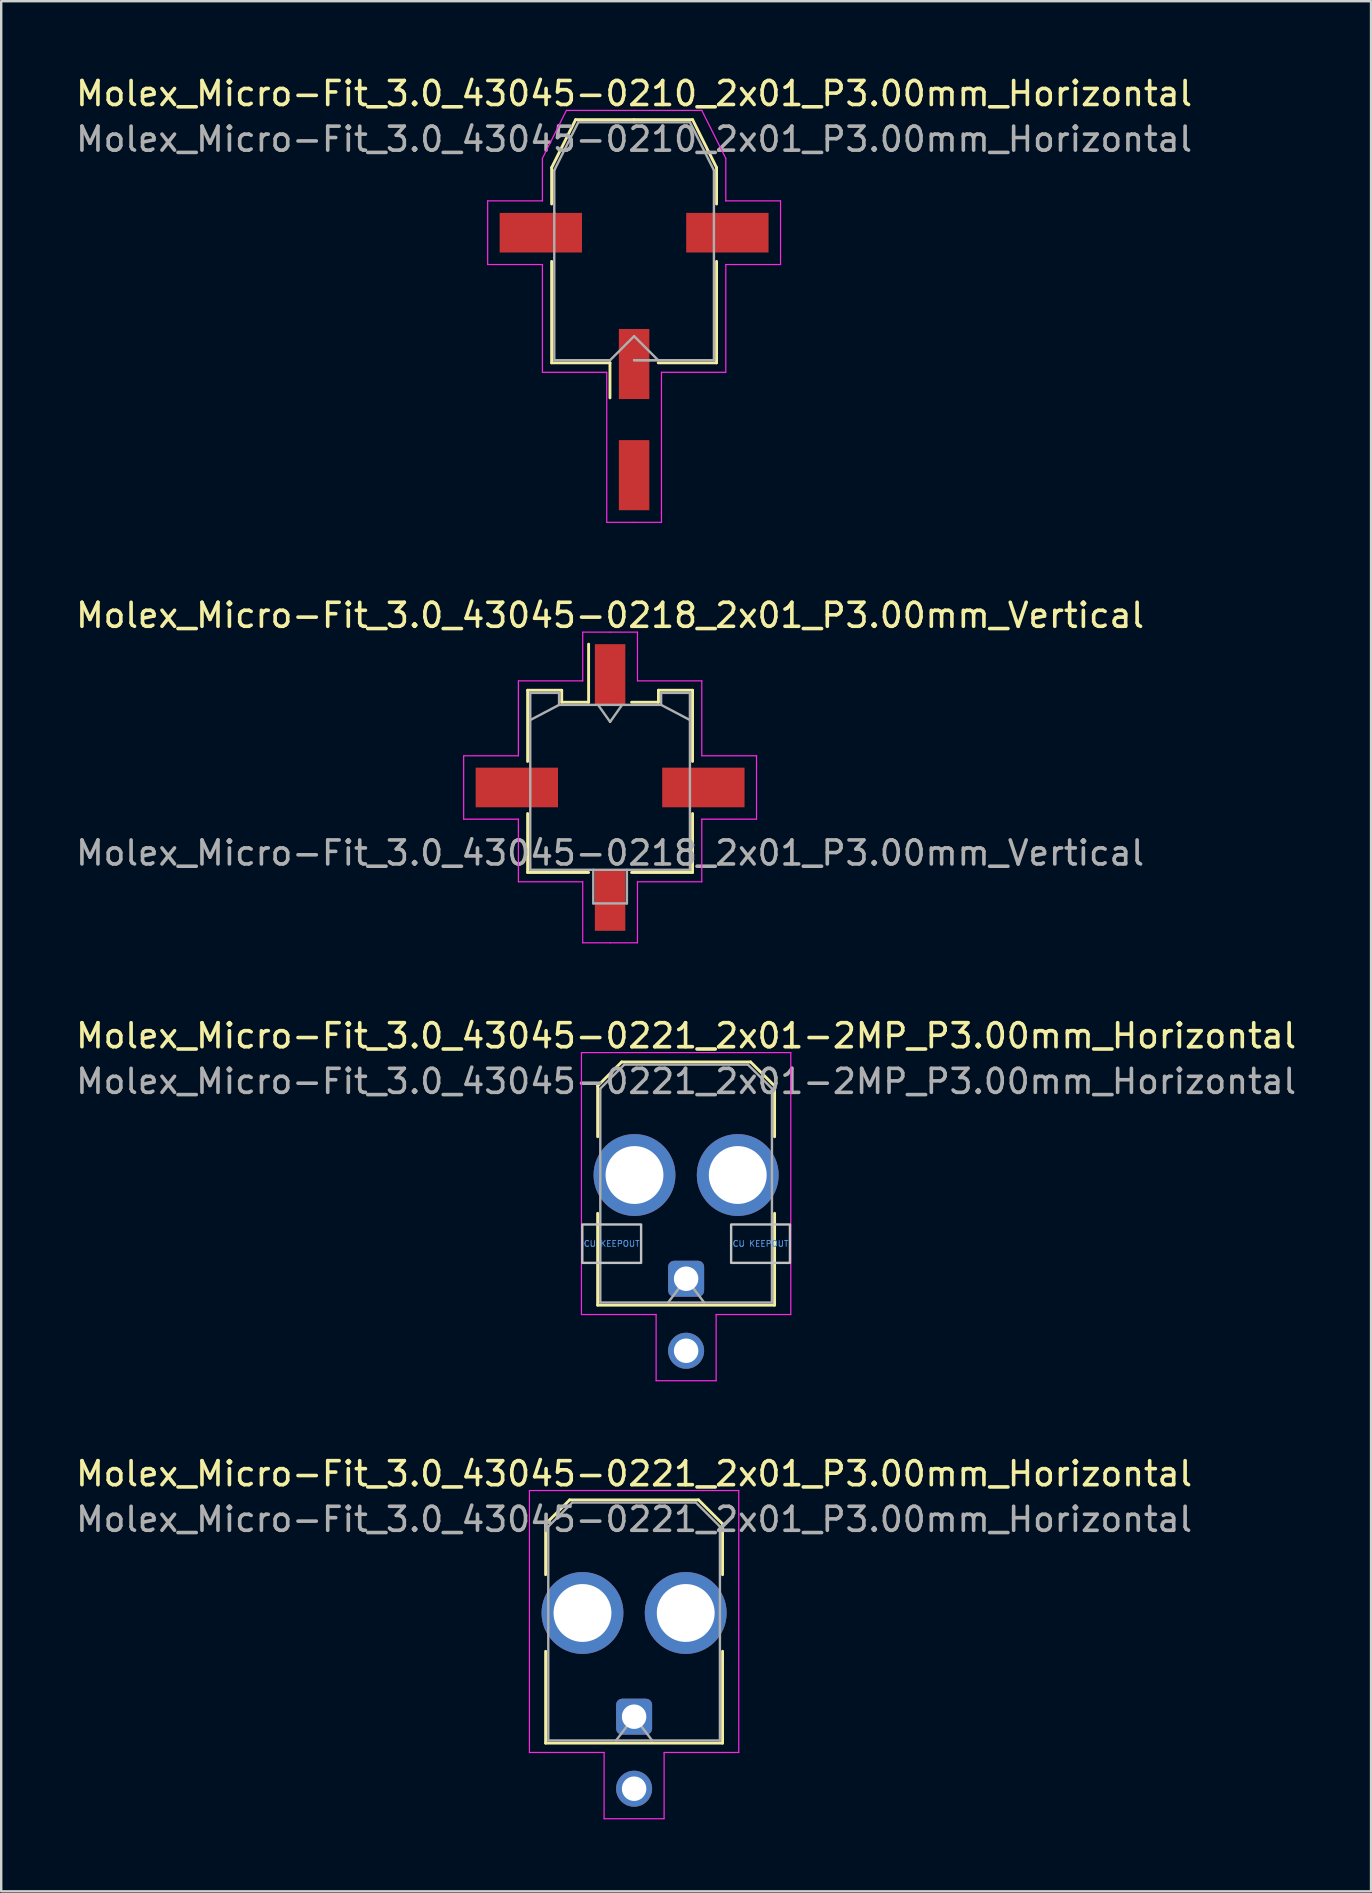
<source format=kicad_pcb>
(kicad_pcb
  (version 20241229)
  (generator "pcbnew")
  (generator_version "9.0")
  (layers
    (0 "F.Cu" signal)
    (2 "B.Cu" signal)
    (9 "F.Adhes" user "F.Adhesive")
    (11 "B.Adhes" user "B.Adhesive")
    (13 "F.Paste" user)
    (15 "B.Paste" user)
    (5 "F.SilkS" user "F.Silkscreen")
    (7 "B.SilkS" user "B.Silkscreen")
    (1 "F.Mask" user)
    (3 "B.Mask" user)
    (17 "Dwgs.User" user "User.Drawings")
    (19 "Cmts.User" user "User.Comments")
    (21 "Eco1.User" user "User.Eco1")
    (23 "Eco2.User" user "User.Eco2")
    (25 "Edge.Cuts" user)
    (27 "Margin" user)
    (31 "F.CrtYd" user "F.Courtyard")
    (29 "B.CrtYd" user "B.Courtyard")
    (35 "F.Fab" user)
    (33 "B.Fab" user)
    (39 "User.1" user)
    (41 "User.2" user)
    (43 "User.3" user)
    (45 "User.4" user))
  (footprint "Molex_Micro-Fit_3.0_43045-0221_2x01_P3.00mm_Horizontal"
    (layer "F.Cu")
    (at 23.363 68.458)
    (property "Reference" "Molex_Micro-Fit_3.0_43045-0221_2x01_P3.00mm_Horizontal" (at 0 -10.12 0) (layer "F.SilkS") (effects (font (size 1 1) (thickness 0.15))))
    (attr through_hole)
    (fp_line (start -3.685 -8.03) (end -2.685 -9.03) (stroke (width 0.12) (type solid)) (layer "F.SilkS"))
    (fp_line (start -3.685 -5.915) (end -3.685 -8.03) (stroke (width 0.12) (type solid)) (layer "F.SilkS"))
    (fp_line (start -3.685 -2.725) (end -3.685 1.1) (stroke (width 0.12) (type solid)) (layer "F.SilkS"))
    (fp_line (start -3.685 1.1) (end 3.685 1.1) (stroke (width 0.12) (type solid)) (layer "F.SilkS"))
    (fp_line (start -2.685 -9.03) (end 2.685 -9.03) (stroke (width 0.12) (type solid)) (layer "F.SilkS"))
    (fp_line (start 2.685 -9.03) (end 3.685 -8.03) (stroke (width 0.12) (type solid)) (layer "F.SilkS"))
    (fp_line (start 3.685 -8.03) (end 3.685 -5.915) (stroke (width 0.12) (type solid)) (layer "F.SilkS"))
    (fp_line (start 3.685 1.1) (end 3.685 -2.725) (stroke (width 0.12) (type solid)) (layer "F.SilkS"))
    (fp_line (start -4.36 -9.42) (end 4.36 -9.42) (stroke (width 0.05) (type solid)) (layer "F.CrtYd"))
    (fp_line (start -4.36 1.49) (end -4.36 -9.42) (stroke (width 0.05) (type solid)) (layer "F.CrtYd"))
    (fp_line (start -1.25 1.49) (end -4.36 1.49) (stroke (width 0.05) (type solid)) (layer "F.CrtYd"))
    (fp_line (start -1.25 4.25) (end -1.25 1.49) (stroke (width 0.05) (type solid)) (layer "F.CrtYd"))
    (fp_line (start 1.25 1.49) (end 1.25 4.25) (stroke (width 0.05) (type solid)) (layer "F.CrtYd"))
    (fp_line (start 1.25 4.25) (end -1.25 4.25) (stroke (width 0.05) (type solid)) (layer "F.CrtYd"))
    (fp_line (start 4.36 -9.42) (end 4.36 1.49) (stroke (width 0.05) (type solid)) (layer "F.CrtYd"))
    (fp_line (start 4.36 1.49) (end 1.25 1.49) (stroke (width 0.05) (type solid)) (layer "F.CrtYd"))
    (fp_line (start -3.575 -7.92) (end -2.575 -8.92) (stroke (width 0.1) (type solid)) (layer "F.Fab"))
    (fp_line (start -3.575 0.99) (end -3.575 -7.92) (stroke (width 0.1) (type solid)) (layer "F.Fab"))
    (fp_line (start -2.575 -8.92) (end 2.575 -8.92) (stroke (width 0.1) (type solid)) (layer "F.Fab"))
    (fp_line (start -0.75 0.99) (end 0 0) (stroke (width 0.1) (type solid)) (layer "F.Fab"))
    (fp_line (start 0 0) (end 0.75 0.99) (stroke (width 0.1) (type solid)) (layer "F.Fab"))
    (fp_line (start 2.575 -8.92) (end 3.575 -7.92) (stroke (width 0.1) (type solid)) (layer "F.Fab"))
    (fp_line (start 3.575 -7.92) (end 3.575 0.99) (stroke (width 0.1) (type solid)) (layer "F.Fab"))
    (fp_line (start 3.575 0.99) (end -3.575 0.99) (stroke (width 0.1) (type solid)) (layer "F.Fab"))
    (fp_text user "${REFERENCE}" (at 0 -8.22 0) (layer "F.Fab") (effects (font (size 1 1) (thickness 0.15))))
    (pad "" thru_hole circle (at -2.15 -4.32) (size 3.41 3.41) (drill 2.41) (layers "*.Cu" "*.Mask"))
    (pad "" thru_hole circle (at 2.15 -4.32) (size 3.41 3.41) (drill 2.41) (layers "*.Cu" "*.Mask"))
    (pad "1" thru_hole roundrect (at 0 0) (size 1.5 1.5) (drill 1.02) (layers "*.Cu" "*.Mask") (roundrect_rratio 0.167))
    (pad "2" thru_hole circle (at 0 3) (size 1.5 1.5) (drill 1.02) (layers "*.Cu" "*.Mask")))
  (footprint "Molex_Micro-Fit_3.0_43045-0218_2x01_P3.00mm_Vertical"
    (layer "F.Cu")
    (at 22.363 29.752)
    (property "Reference" "Molex_Micro-Fit_3.0_43045-0218_2x01_P3.00mm_Vertical" (at 0 -7.17 0) (layer "F.SilkS") (effects (font (size 1 1) (thickness 0.15))))
    (attr smd)
    (fp_line (start -3.435 -4.05) (end -2.015 -4.05) (stroke (width 0.12) (type solid)) (layer "F.SilkS"))
    (fp_line (start -3.435 -1.085) (end -3.435 -4.05) (stroke (width 0.12) (type solid)) (layer "F.SilkS"))
    (fp_line (start -3.435 1.085) (end -3.435 3.54) (stroke (width 0.12) (type solid)) (layer "F.SilkS"))
    (fp_line (start -3.435 3.54) (end -0.895 3.54) (stroke (width 0.12) (type solid)) (layer "F.SilkS"))
    (fp_line (start -2.015 -4.05) (end -2.015 -3.55) (stroke (width 0.12) (type solid)) (layer "F.SilkS"))
    (fp_line (start -2.015 -3.55) (end -0.895 -3.55) (stroke (width 0.12) (type solid)) (layer "F.SilkS"))
    (fp_line (start -0.895 -3.55) (end -0.895 -5.97) (stroke (width 0.12) (type solid)) (layer "F.SilkS"))
    (fp_line (start 2.015 -4.05) (end 2.015 -3.55) (stroke (width 0.12) (type solid)) (layer "F.SilkS"))
    (fp_line (start 2.015 -3.55) (end 0.895 -3.55) (stroke (width 0.12) (type solid)) (layer "F.SilkS"))
    (fp_line (start 3.435 -4.05) (end 2.015 -4.05) (stroke (width 0.12) (type solid)) (layer "F.SilkS"))
    (fp_line (start 3.435 -1.085) (end 3.435 -4.05) (stroke (width 0.12) (type solid)) (layer "F.SilkS"))
    (fp_line (start 3.435 1.085) (end 3.435 3.54) (stroke (width 0.12) (type solid)) (layer "F.SilkS"))
    (fp_line (start 3.435 3.54) (end 0.895 3.54) (stroke (width 0.12) (type solid)) (layer "F.SilkS"))
    (fp_line (start -6.1 -1.32) (end -6.1 1.32) (stroke (width 0.05) (type solid)) (layer "F.CrtYd"))
    (fp_line (start -6.1 1.32) (end -3.82 1.32) (stroke (width 0.05) (type solid)) (layer "F.CrtYd"))
    (fp_line (start -3.82 -4.44) (end -3.82 -1.32) (stroke (width 0.05) (type solid)) (layer "F.CrtYd"))
    (fp_line (start -3.82 -1.32) (end -6.1 -1.32) (stroke (width 0.05) (type solid)) (layer "F.CrtYd"))
    (fp_line (start -3.82 1.32) (end -3.82 3.93) (stroke (width 0.05) (type solid)) (layer "F.CrtYd"))
    (fp_line (start -3.82 3.93) (end -1.14 3.93) (stroke (width 0.05) (type solid)) (layer "F.CrtYd"))
    (fp_line (start -1.14 -6.47) (end -1.14 -4.44) (stroke (width 0.05) (type solid)) (layer "F.CrtYd"))
    (fp_line (start -1.14 -4.44) (end -3.82 -4.44) (stroke (width 0.05) (type solid)) (layer "F.CrtYd"))
    (fp_line (start -1.14 3.93) (end -1.14 6.47) (stroke (width 0.05) (type solid)) (layer "F.CrtYd"))
    (fp_line (start -1.14 6.47) (end 0 6.47) (stroke (width 0.05) (type solid)) (layer "F.CrtYd"))
    (fp_line (start 0 -6.47) (end -1.14 -6.47) (stroke (width 0.05) (type solid)) (layer "F.CrtYd"))
    (fp_line (start 0 -6.47) (end 1.14 -6.47) (stroke (width 0.05) (type solid)) (layer "F.CrtYd"))
    (fp_line (start 1.14 -6.47) (end 1.14 -4.44) (stroke (width 0.05) (type solid)) (layer "F.CrtYd"))
    (fp_line (start 1.14 -4.44) (end 3.82 -4.44) (stroke (width 0.05) (type solid)) (layer "F.CrtYd"))
    (fp_line (start 1.14 3.93) (end 1.14 6.47) (stroke (width 0.05) (type solid)) (layer "F.CrtYd"))
    (fp_line (start 1.14 6.47) (end 0 6.47) (stroke (width 0.05) (type solid)) (layer "F.CrtYd"))
    (fp_line (start 3.82 -4.44) (end 3.82 -1.32) (stroke (width 0.05) (type solid)) (layer "F.CrtYd"))
    (fp_line (start 3.82 -1.32) (end 6.1 -1.32) (stroke (width 0.05) (type solid)) (layer "F.CrtYd"))
    (fp_line (start 3.82 1.32) (end 3.82 3.93) (stroke (width 0.05) (type solid)) (layer "F.CrtYd"))
    (fp_line (start 3.82 3.93) (end 1.14 3.93) (stroke (width 0.05) (type solid)) (layer "F.CrtYd"))
    (fp_line (start 6.1 -1.32) (end 6.1 1.32) (stroke (width 0.05) (type solid)) (layer "F.CrtYd"))
    (fp_line (start 6.1 1.32) (end 3.82 1.32) (stroke (width 0.05) (type solid)) (layer "F.CrtYd"))
    (fp_line (start -3.325 -3.94) (end -3.325 3.43) (stroke (width 0.1) (type solid)) (layer "F.Fab"))
    (fp_line (start -3.325 -2.81) (end -2.125 -3.44) (stroke (width 0.1) (type solid)) (layer "F.Fab"))
    (fp_line (start -3.325 3.43) (end 3.325 3.43) (stroke (width 0.1) (type solid)) (layer "F.Fab"))
    (fp_line (start -2.125 -3.94) (end -3.325 -3.94) (stroke (width 0.1) (type solid)) (layer "F.Fab"))
    (fp_line (start -2.125 -3.44) (end -2.125 -3.94) (stroke (width 0.1) (type solid)) (layer "F.Fab"))
    (fp_line (start -0.7 3.43) (end -0.7 4.83) (stroke (width 0.1) (type solid)) (layer "F.Fab"))
    (fp_line (start -0.7 4.83) (end 0.7 4.83) (stroke (width 0.1) (type solid)) (layer "F.Fab"))
    (fp_line (start -0.5 -3.44) (end 0 -2.733) (stroke (width 0.1) (type solid)) (layer "F.Fab"))
    (fp_line (start 0 -2.733) (end 0.5 -3.44) (stroke (width 0.1) (type solid)) (layer "F.Fab"))
    (fp_line (start 0.7 4.83) (end 0.7 3.43) (stroke (width 0.1) (type solid)) (layer "F.Fab"))
    (fp_line (start 2.125 -3.94) (end 2.125 -3.44) (stroke (width 0.1) (type solid)) (layer "F.Fab"))
    (fp_line (start 2.125 -3.44) (end -2.125 -3.44) (stroke (width 0.1) (type solid)) (layer "F.Fab"))
    (fp_line (start 3.325 -3.94) (end 2.125 -3.94) (stroke (width 0.1) (type solid)) (layer "F.Fab"))
    (fp_line (start 3.325 -2.81) (end 2.125 -3.44) (stroke (width 0.1) (type solid)) (layer "F.Fab"))
    (fp_line (start 3.325 3.43) (end 3.325 -3.94) (stroke (width 0.1) (type solid)) (layer "F.Fab"))
    (fp_text user "${REFERENCE}" (at 0 2.73 0) (layer "F.Fab") (effects (font (size 1 1) (thickness 0.15))))
    (pad "" smd rect (at -3.885 0) (size 3.43 1.65) (layers "F.Cu" "F.Mask" "F.Paste"))
    (pad "" smd rect (at 3.885 0) (size 3.43 1.65) (layers "F.Cu" "F.Mask" "F.Paste"))
    (pad "1" smd rect (at 0 -4.7) (size 1.27 2.54) (layers "F.Cu" "F.Mask" "F.Paste"))
    (pad "2" smd rect (at 0 4.7) (size 1.27 2.54) (layers "F.Cu" "F.Mask" "F.Paste")))
  (footprint "Molex_Micro-Fit_3.0_43045-0221_2x01-2MP_P3.00mm_Horizontal"
    (layer "F.Cu")
    (at 25.53 50.215)
    (property "Reference" "Molex_Micro-Fit_3.0_43045-0221_2x01-2MP_P3.00mm_Horizontal" (at 0 -10.12 0) (layer "F.SilkS") (effects (font (size 1 1) (thickness 0.15))))
    (attr through_hole)
    (fp_line (start -3.685 -8.03) (end -2.685 -9.03) (stroke (width 0.12) (type solid)) (layer "F.SilkS"))
    (fp_line (start -3.685 -5.915) (end -3.685 -8.03) (stroke (width 0.12) (type solid)) (layer "F.SilkS"))
    (fp_line (start -3.685 -2.725) (end -3.685 1.1) (stroke (width 0.12) (type solid)) (layer "F.SilkS"))
    (fp_line (start -3.685 1.1) (end 3.685 1.1) (stroke (width 0.12) (type solid)) (layer "F.SilkS"))
    (fp_line (start -2.685 -9.03) (end 2.685 -9.03) (stroke (width 0.12) (type solid)) (layer "F.SilkS"))
    (fp_line (start 2.685 -9.03) (end 3.685 -8.03) (stroke (width 0.12) (type solid)) (layer "F.SilkS"))
    (fp_line (start 3.685 -8.03) (end 3.685 -5.915) (stroke (width 0.12) (type solid)) (layer "F.SilkS"))
    (fp_line (start 3.685 1.1) (end 3.685 -2.725) (stroke (width 0.12) (type solid)) (layer "F.SilkS"))
    (fp_poly (pts (xy -4.325 -2.26) (xy -4.325 -0.66) (xy -1.875 -0.66) (xy -1.875 -2.26)) (stroke (width 0.1) (type solid)) (fill no) (layer "Dwgs.User"))
    (fp_poly (pts (xy 1.875 -2.26) (xy 1.875 -0.66) (xy 4.325 -0.66) (xy 4.325 -2.26)) (stroke (width 0.1) (type solid)) (fill no) (layer "Dwgs.User"))
    (fp_line (start -4.36 -9.42) (end 4.36 -9.42) (stroke (width 0.05) (type solid)) (layer "F.CrtYd"))
    (fp_line (start -4.36 1.49) (end -4.36 -9.42) (stroke (width 0.05) (type solid)) (layer "F.CrtYd"))
    (fp_line (start -1.25 1.49) (end -4.36 1.49) (stroke (width 0.05) (type solid)) (layer "F.CrtYd"))
    (fp_line (start -1.25 4.25) (end -1.25 1.49) (stroke (width 0.05) (type solid)) (layer "F.CrtYd"))
    (fp_line (start 1.25 1.49) (end 1.25 4.25) (stroke (width 0.05) (type solid)) (layer "F.CrtYd"))
    (fp_line (start 1.25 4.25) (end -1.25 4.25) (stroke (width 0.05) (type solid)) (layer "F.CrtYd"))
    (fp_line (start 4.36 -9.42) (end 4.36 1.49) (stroke (width 0.05) (type solid)) (layer "F.CrtYd"))
    (fp_line (start 4.36 1.49) (end 1.25 1.49) (stroke (width 0.05) (type solid)) (layer "F.CrtYd"))
    (fp_line (start -3.575 -7.92) (end -2.575 -8.92) (stroke (width 0.1) (type solid)) (layer "F.Fab"))
    (fp_line (start -3.575 0.99) (end -3.575 -7.92) (stroke (width 0.1) (type solid)) (layer "F.Fab"))
    (fp_line (start -2.575 -8.92) (end 2.575 -8.92) (stroke (width 0.1) (type solid)) (layer "F.Fab"))
    (fp_line (start -0.75 0.99) (end 0 0) (stroke (width 0.1) (type solid)) (layer "F.Fab"))
    (fp_line (start 0 0) (end 0.75 0.99) (stroke (width 0.1) (type solid)) (layer "F.Fab"))
    (fp_line (start 2.575 -8.92) (end 3.575 -7.92) (stroke (width 0.1) (type solid)) (layer "F.Fab"))
    (fp_line (start 3.575 -7.92) (end 3.575 0.99) (stroke (width 0.1) (type solid)) (layer "F.Fab"))
    (fp_line (start 3.575 0.99) (end -3.575 0.99) (stroke (width 0.1) (type solid)) (layer "F.Fab"))
    (fp_text user "CU KEEPOUT" (at -3.1 -1.46 0) (layer "Cmts.User") (effects (font (size 0.245 0.245) (thickness 0.037))))
    (fp_text user "CU KEEPOUT" (at 3.1 -1.46 0) (layer "Cmts.User") (effects (font (size 0.245 0.245) (thickness 0.037))))
    (fp_text user "${REFERENCE}" (at 0 -8.22 0) (layer "F.Fab") (effects (font (size 1 1) (thickness 0.15))))
    (pad "1" thru_hole roundrect (at 0 0) (size 1.5 1.5) (drill 1.02) (layers "*.Cu" "*.Mask") (roundrect_rratio 0.167))
    (pad "2" thru_hole circle (at 0 3) (size 1.5 1.5) (drill 1.02) (layers "*.Cu" "*.Mask"))
    (pad "MP" thru_hole circle (at -2.15 -4.32) (size 3.41 3.41) (drill 2.41) (layers "*.Cu" "*.Mask"))
    (pad "MP" thru_hole circle (at 2.15 -4.32) (size 3.41 3.41) (drill 2.41) (layers "*.Cu" "*.Mask")))
  (footprint "Molex_Micro-Fit_3.0_43045-0210_2x01_P3.00mm_Horizontal"
    (layer "F.Cu")
    (at 23.363 14.428)
    (property "Reference" "Molex_Micro-Fit_3.0_43045-0210_2x01_P3.00mm_Horizontal" (at 0 -13.58 0) (layer "F.SilkS") (effects (font (size 1 1) (thickness 0.15))))
    (attr smd)
    (fp_line (start -3.435 -10.495) (end -3.435 -8.98) (stroke (width 0.12) (type solid)) (layer "F.SilkS"))
    (fp_line (start -3.435 -6.59) (end -3.435 -2.365) (stroke (width 0.12) (type solid)) (layer "F.SilkS"))
    (fp_line (start -3.435 -2.365) (end -1.005 -2.365) (stroke (width 0.12) (type solid)) (layer "F.SilkS"))
    (fp_line (start -2.435 -12.495) (end -3.435 -10.495) (stroke (width 0.12) (type solid)) (layer "F.SilkS"))
    (fp_line (start -1.005 -2.365) (end -1.005 -0.905) (stroke (width 0.12) (type solid)) (layer "F.SilkS"))
    (fp_line (start 0 -12.495) (end -2.435 -12.495) (stroke (width 0.12) (type solid)) (layer "F.SilkS"))
    (fp_line (start 0 -12.495) (end 2.435 -12.495) (stroke (width 0.12) (type solid)) (layer "F.SilkS"))
    (fp_line (start 2.435 -12.495) (end 3.435 -10.495) (stroke (width 0.12) (type solid)) (layer "F.SilkS"))
    (fp_line (start 3.435 -10.495) (end 3.435 -8.98) (stroke (width 0.12) (type solid)) (layer "F.SilkS"))
    (fp_line (start 3.435 -6.59) (end 3.435 -2.365) (stroke (width 0.12) (type solid)) (layer "F.SilkS"))
    (fp_line (start 3.435 -2.365) (end 1.005 -2.365) (stroke (width 0.12) (type solid)) (layer "F.SilkS"))
    (fp_line (start -6.1 -9.11) (end -6.1 -6.46) (stroke (width 0.05) (type solid)) (layer "F.CrtYd"))
    (fp_line (start -6.1 -6.46) (end -3.82 -6.46) (stroke (width 0.05) (type solid)) (layer "F.CrtYd"))
    (fp_line (start -3.82 -10.88) (end -3.82 -9.11) (stroke (width 0.05) (type solid)) (layer "F.CrtYd"))
    (fp_line (start -3.82 -9.11) (end -6.1 -9.11) (stroke (width 0.05) (type solid)) (layer "F.CrtYd"))
    (fp_line (start -3.82 -6.46) (end -3.82 -1.97) (stroke (width 0.05) (type solid)) (layer "F.CrtYd"))
    (fp_line (start -3.82 -1.97) (end -1.14 -1.97) (stroke (width 0.05) (type solid)) (layer "F.CrtYd"))
    (fp_line (start -2.82 -12.88) (end -3.82 -10.88) (stroke (width 0.05) (type solid)) (layer "F.CrtYd"))
    (fp_line (start -1.14 -1.97) (end -1.14 4.28) (stroke (width 0.05) (type solid)) (layer "F.CrtYd"))
    (fp_line (start -1.14 4.28) (end 0 4.28) (stroke (width 0.05) (type solid)) (layer "F.CrtYd"))
    (fp_line (start 0 -12.88) (end -2.82 -12.88) (stroke (width 0.05) (type solid)) (layer "F.CrtYd"))
    (fp_line (start 0 -12.88) (end 2.82 -12.88) (stroke (width 0.05) (type solid)) (layer "F.CrtYd"))
    (fp_line (start 1.14 -1.97) (end 1.14 4.28) (stroke (width 0.05) (type solid)) (layer "F.CrtYd"))
    (fp_line (start 1.14 4.28) (end 0 4.28) (stroke (width 0.05) (type solid)) (layer "F.CrtYd"))
    (fp_line (start 2.82 -12.88) (end 3.82 -10.88) (stroke (width 0.05) (type solid)) (layer "F.CrtYd"))
    (fp_line (start 3.82 -10.88) (end 3.82 -9.11) (stroke (width 0.05) (type solid)) (layer "F.CrtYd"))
    (fp_line (start 3.82 -9.11) (end 6.1 -9.11) (stroke (width 0.05) (type solid)) (layer "F.CrtYd"))
    (fp_line (start 3.82 -6.46) (end 3.82 -1.97) (stroke (width 0.05) (type solid)) (layer "F.CrtYd"))
    (fp_line (start 3.82 -1.97) (end 1.14 -1.97) (stroke (width 0.05) (type solid)) (layer "F.CrtYd"))
    (fp_line (start 6.1 -9.11) (end 6.1 -6.46) (stroke (width 0.05) (type solid)) (layer "F.CrtYd"))
    (fp_line (start 6.1 -6.46) (end 3.82 -6.46) (stroke (width 0.05) (type solid)) (layer "F.CrtYd"))
    (fp_line (start -3.325 -10.385) (end -3.325 -8.61) (stroke (width 0.1) (type solid)) (layer "F.Fab"))
    (fp_line (start -3.325 -8.61) (end -3.325 -2.475) (stroke (width 0.1) (type solid)) (layer "F.Fab"))
    (fp_line (start -3.325 -2.475) (end -1 -2.475) (stroke (width 0.1) (type solid)) (layer "F.Fab"))
    (fp_line (start -2.325 -12.385) (end -3.325 -10.385) (stroke (width 0.1) (type solid)) (layer "F.Fab"))
    (fp_line (start -1 -2.475) (end 0 -3.475) (stroke (width 0.1) (type solid)) (layer "F.Fab"))
    (fp_line (start 0 -12.385) (end -2.325 -12.385) (stroke (width 0.1) (type solid)) (layer "F.Fab"))
    (fp_line (start 0 -12.385) (end 2.325 -12.385) (stroke (width 0.1) (type solid)) (layer "F.Fab"))
    (fp_line (start 0 -3.475) (end 1 -2.475) (stroke (width 0.1) (type solid)) (layer "F.Fab"))
    (fp_line (start 0.635 -2.475) (end 0 -2.475) (stroke (width 0.1) (type solid)) (layer "F.Fab"))
    (fp_line (start 1 -2.475) (end 0 -2.475) (stroke (width 0.1) (type solid)) (layer "F.Fab"))
    (fp_line (start 2.325 -12.385) (end 3.325 -10.385) (stroke (width 0.1) (type solid)) (layer "F.Fab"))
    (fp_line (start 3.325 -10.385) (end 3.325 -8.61) (stroke (width 0.1) (type solid)) (layer "F.Fab"))
    (fp_line (start 3.325 -8.61) (end 3.325 -2.475) (stroke (width 0.1) (type solid)) (layer "F.Fab"))
    (fp_line (start 3.325 -2.475) (end 0.635 -2.475) (stroke (width 0.1) (type solid)) (layer "F.Fab"))
    (fp_text user "${REFERENCE}" (at 0 -11.68 0) (layer "F.Fab") (effects (font (size 1 1) (thickness 0.15))))
    (pad "" smd rect (at -3.885 -7.785) (size 3.43 1.65) (layers "F.Cu" "F.Mask" "F.Paste"))
    (pad "" smd rect (at 3.885 -7.785) (size 3.43 1.65) (layers "F.Cu" "F.Mask" "F.Paste"))
    (pad "1" smd rect (at 0 -2.315) (size 1.27 2.92) (layers "F.Cu" "F.Mask" "F.Paste"))
    (pad "2" smd rect (at 0 2.315) (size 1.27 2.92) (layers "F.Cu" "F.Mask" "F.Paste")))
  (gr_rect
    (start -3 -3)
    (end 54.06 75.733)
    (stroke (width 0.1) (type default))
    (fill no)
    (layer "Edge.Cuts")))
</source>
